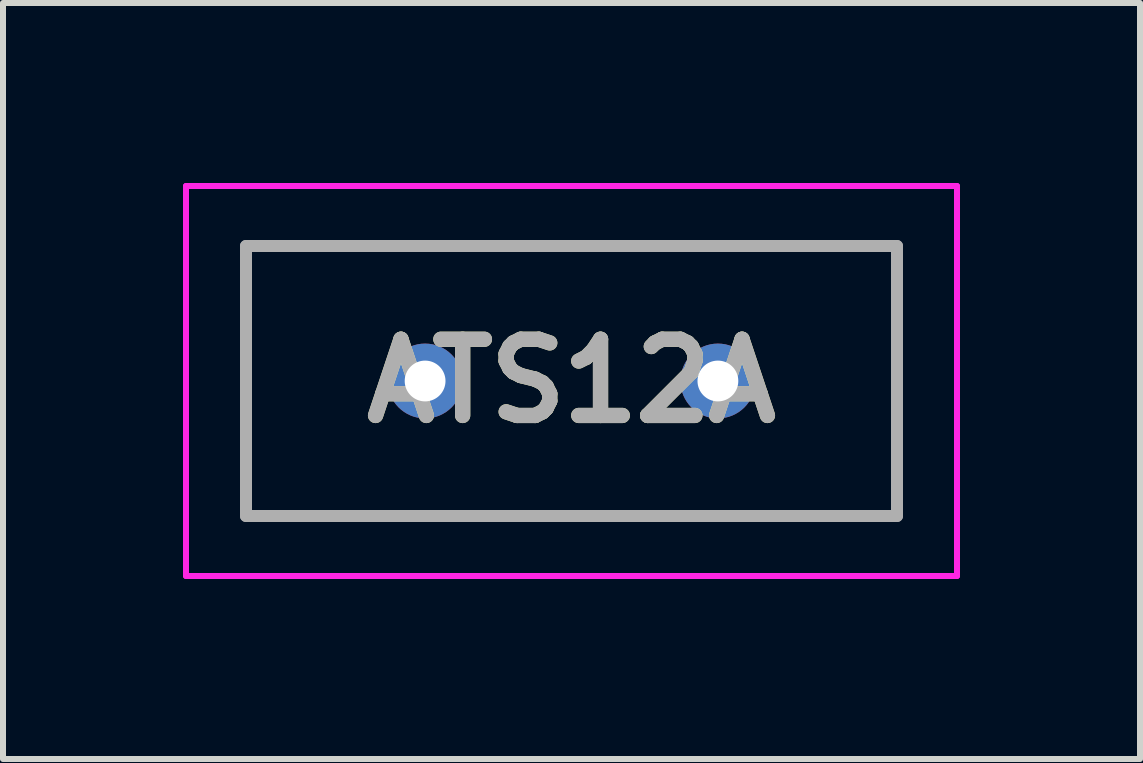
<source format=kicad_pcb>
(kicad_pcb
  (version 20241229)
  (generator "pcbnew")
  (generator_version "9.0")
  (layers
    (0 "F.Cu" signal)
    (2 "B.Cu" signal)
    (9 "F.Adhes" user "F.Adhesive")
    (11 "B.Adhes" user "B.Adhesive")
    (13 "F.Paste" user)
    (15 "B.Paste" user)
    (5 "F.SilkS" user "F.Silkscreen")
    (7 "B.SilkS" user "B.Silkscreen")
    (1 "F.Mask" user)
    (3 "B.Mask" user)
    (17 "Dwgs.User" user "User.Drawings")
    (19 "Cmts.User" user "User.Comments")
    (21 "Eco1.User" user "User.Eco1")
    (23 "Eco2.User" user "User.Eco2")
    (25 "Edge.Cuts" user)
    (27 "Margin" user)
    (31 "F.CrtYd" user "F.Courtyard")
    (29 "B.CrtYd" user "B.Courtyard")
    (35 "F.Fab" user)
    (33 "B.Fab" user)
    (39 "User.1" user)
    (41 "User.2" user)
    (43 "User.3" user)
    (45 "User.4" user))
  (footprint "ATS12A"
    (layer "F.Cu")
    (at 4.035 3.3)
    (property "Reference" "ATS12A" (at 2.44 0 0) (layer "F.SilkS") (effects (font (size 1.27 1.27) (thickness 0.254))))
    (attr through_hole)
    (fp_line (start -2.985 -2.25) (end 7.865 -2.25) (stroke (width 0.1) (type solid)) (layer "F.SilkS"))
    (fp_line (start -2.985 2.25) (end -2.985 -2.25) (stroke (width 0.1) (type solid)) (layer "F.SilkS"))
    (fp_line (start 7.865 -2.25) (end 7.865 2.25) (stroke (width 0.1) (type solid)) (layer "F.SilkS"))
    (fp_line (start 7.865 2.25) (end -2.985 2.25) (stroke (width 0.1) (type solid)) (layer "F.SilkS"))
    (fp_line (start -3.985 -3.25) (end 8.865 -3.25) (stroke (width 0.1) (type solid)) (layer "F.CrtYd"))
    (fp_line (start -3.985 3.25) (end -3.985 -3.25) (stroke (width 0.1) (type solid)) (layer "F.CrtYd"))
    (fp_line (start 8.865 -3.25) (end 8.865 3.25) (stroke (width 0.1) (type solid)) (layer "F.CrtYd"))
    (fp_line (start 8.865 3.25) (end -3.985 3.25) (stroke (width 0.1) (type solid)) (layer "F.CrtYd"))
    (fp_line (start -2.985 -2.25) (end 7.865 -2.25) (stroke (width 0.2) (type solid)) (layer "F.Fab"))
    (fp_line (start -2.985 2.25) (end -2.985 -2.25) (stroke (width 0.2) (type solid)) (layer "F.Fab"))
    (fp_line (start 7.865 -2.25) (end 7.865 2.25) (stroke (width 0.2) (type solid)) (layer "F.Fab"))
    (fp_line (start 7.865 2.25) (end -2.985 2.25) (stroke (width 0.2) (type solid)) (layer "F.Fab"))
    (fp_text user "${REFERENCE}" (at 2.44 0 0) (layer "F.Fab") (effects (font (size 1.27 1.27) (thickness 0.254))))
    (pad "1" thru_hole circle (at 0 0) (size 1.247 1.247) (drill 0.68) (layers "*.Cu" "*.Mask"))
    (pad "2" thru_hole circle (at 4.88 0) (size 1.247 1.247) (drill 0.68) (layers "*.Cu" "*.Mask")))
  (gr_rect
    (start -3 -3)
    (end 15.95 9.6)
    (stroke (width 0.1) (type default))
    (fill no)
    (layer "Edge.Cuts")))
</source>
